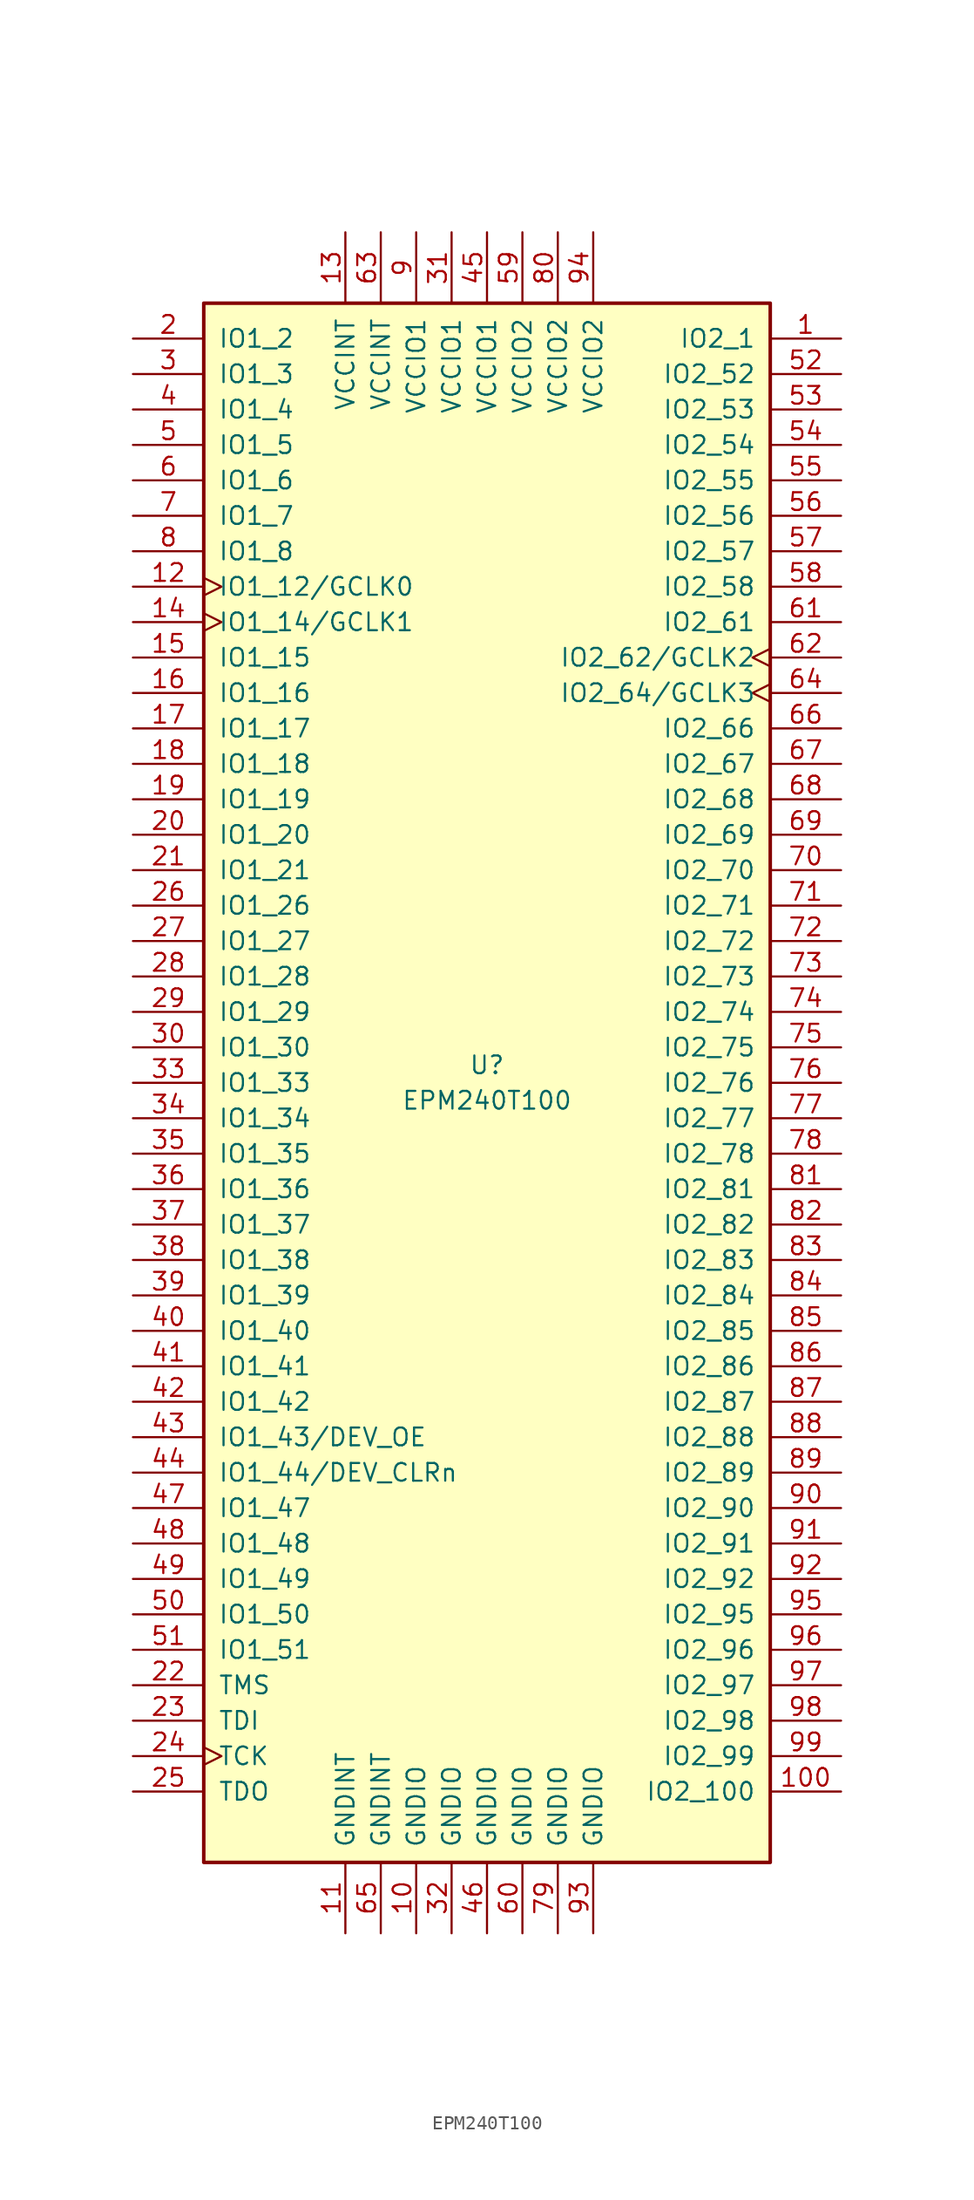
<source format=kicad_sym>
(kicad_symbol_lib
  (version 20220914)
  (generator kicad_symbol_editor)
  (symbol "EPM240T100"
    (pin_names
      (offset 1.016))
    (property "Reference" "U"
      (at 0 1.27 0)
      (effects (font (size 1.27 1.27))))
    (property "Value" "EPM240T100"
      (at 0 -1.27 0)
      (effects (font (size 1.27 1.27))))
    (symbol "EPM240T100_1_1"
      (rectangle (start -20.32 55.88) (end 20.32 -55.88) (stroke (width 0.254) (type default)) (fill (type background)))
      (pin bidirectional line (at 25.4 53.34 180) (length 5.08) (name "IO2_1" (effects (font (size 1.27 1.27)))) (number "1" (effects (font (size 1.27 1.27)))))
      (pin power_in line (at -5.08 -60.96 90) (length 5.08) (name "GNDIO" (effects (font (size 1.27 1.27)))) (number "10" (effects (font (size 1.27 1.27)))))
      (pin bidirectional line (at 25.4 -50.8 180) (length 5.08) (name "IO2_100" (effects (font (size 1.27 1.27)))) (number "100" (effects (font (size 1.27 1.27)))))
      (pin power_in line (at -10.16 -60.96 90) (length 5.08) (name "GNDINT" (effects (font (size 1.27 1.27)))) (number "11" (effects (font (size 1.27 1.27)))))
      (pin bidirectional clock (at -25.4 35.56 0) (length 5.08) (name "IO1_12/GCLK0" (effects (font (size 1.27 1.27)))) (number "12" (effects (font (size 1.27 1.27)))))
      (pin power_in line (at -10.16 60.96 270) (length 5.08) (name "VCCINT" (effects (font (size 1.27 1.27)))) (number "13" (effects (font (size 1.27 1.27)))))
      (pin bidirectional clock (at -25.4 33.02 0) (length 5.08) (name "IO1_14/GCLK1" (effects (font (size 1.27 1.27)))) (number "14" (effects (font (size 1.27 1.27)))))
      (pin bidirectional line (at -25.4 30.48 0) (length 5.08) (name "IO1_15" (effects (font (size 1.27 1.27)))) (number "15" (effects (font (size 1.27 1.27)))))
      (pin bidirectional line (at -25.4 27.94 0) (length 5.08) (name "IO1_16" (effects (font (size 1.27 1.27)))) (number "16" (effects (font (size 1.27 1.27)))))
      (pin bidirectional line (at -25.4 25.4 0) (length 5.08) (name "IO1_17" (effects (font (size 1.27 1.27)))) (number "17" (effects (font (size 1.27 1.27)))))
      (pin bidirectional line (at -25.4 22.86 0) (length 5.08) (name "IO1_18" (effects (font (size 1.27 1.27)))) (number "18" (effects (font (size 1.27 1.27)))))
      (pin bidirectional line (at -25.4 20.32 0) (length 5.08) (name "IO1_19" (effects (font (size 1.27 1.27)))) (number "19" (effects (font (size 1.27 1.27)))))
      (pin bidirectional line (at -25.4 53.34 0) (length 5.08) (name "IO1_2" (effects (font (size 1.27 1.27)))) (number "2" (effects (font (size 1.27 1.27)))))
      (pin bidirectional line (at -25.4 17.78 0) (length 5.08) (name "IO1_20" (effects (font (size 1.27 1.27)))) (number "20" (effects (font (size 1.27 1.27)))))
      (pin bidirectional line (at -25.4 15.24 0) (length 5.08) (name "IO1_21" (effects (font (size 1.27 1.27)))) (number "21" (effects (font (size 1.27 1.27)))))
      (pin input line (at -25.4 -43.18 0) (length 5.08) (name "TMS" (effects (font (size 1.27 1.27)))) (number "22" (effects (font (size 1.27 1.27)))))
      (pin input line (at -25.4 -45.72 0) (length 5.08) (name "TDI" (effects (font (size 1.27 1.27)))) (number "23" (effects (font (size 1.27 1.27)))))
      (pin input clock (at -25.4 -48.26 0) (length 5.08) (name "TCK" (effects (font (size 1.27 1.27)))) (number "24" (effects (font (size 1.27 1.27)))))
      (pin output line (at -25.4 -50.8 0) (length 5.08) (name "TDO" (effects (font (size 1.27 1.27)))) (number "25" (effects (font (size 1.27 1.27)))))
      (pin bidirectional line (at -25.4 12.7 0) (length 5.08) (name "IO1_26" (effects (font (size 1.27 1.27)))) (number "26" (effects (font (size 1.27 1.27)))))
      (pin bidirectional line (at -25.4 10.16 0) (length 5.08) (name "IO1_27" (effects (font (size 1.27 1.27)))) (number "27" (effects (font (size 1.27 1.27)))))
      (pin bidirectional line (at -25.4 7.62 0) (length 5.08) (name "IO1_28" (effects (font (size 1.27 1.27)))) (number "28" (effects (font (size 1.27 1.27)))))
      (pin bidirectional line (at -25.4 5.08 0) (length 5.08) (name "IO1_29" (effects (font (size 1.27 1.27)))) (number "29" (effects (font (size 1.27 1.27)))))
      (pin bidirectional line (at -25.4 50.8 0) (length 5.08) (name "IO1_3" (effects (font (size 1.27 1.27)))) (number "3" (effects (font (size 1.27 1.27)))))
      (pin bidirectional line (at -25.4 2.54 0) (length 5.08) (name "IO1_30" (effects (font (size 1.27 1.27)))) (number "30" (effects (font (size 1.27 1.27)))))
      (pin power_in line (at -2.54 60.96 270) (length 5.08) (name "VCCIO1" (effects (font (size 1.27 1.27)))) (number "31" (effects (font (size 1.27 1.27)))))
      (pin power_in line (at -2.54 -60.96 90) (length 5.08) (name "GNDIO" (effects (font (size 1.27 1.27)))) (number "32" (effects (font (size 1.27 1.27)))))
      (pin bidirectional line (at -25.4 0 0) (length 5.08) (name "IO1_33" (effects (font (size 1.27 1.27)))) (number "33" (effects (font (size 1.27 1.27)))))
      (pin bidirectional line (at -25.4 -2.54 0) (length 5.08) (name "IO1_34" (effects (font (size 1.27 1.27)))) (number "34" (effects (font (size 1.27 1.27)))))
      (pin bidirectional line (at -25.4 -5.08 0) (length 5.08) (name "IO1_35" (effects (font (size 1.27 1.27)))) (number "35" (effects (font (size 1.27 1.27)))))
      (pin bidirectional line (at -25.4 -7.62 0) (length 5.08) (name "IO1_36" (effects (font (size 1.27 1.27)))) (number "36" (effects (font (size 1.27 1.27)))))
      (pin bidirectional line (at -25.4 -10.16 0) (length 5.08) (name "IO1_37" (effects (font (size 1.27 1.27)))) (number "37" (effects (font (size 1.27 1.27)))))
      (pin bidirectional line (at -25.4 -12.7 0) (length 5.08) (name "IO1_38" (effects (font (size 1.27 1.27)))) (number "38" (effects (font (size 1.27 1.27)))))
      (pin bidirectional line (at -25.4 -15.24 0) (length 5.08) (name "IO1_39" (effects (font (size 1.27 1.27)))) (number "39" (effects (font (size 1.27 1.27)))))
      (pin bidirectional line (at -25.4 48.26 0) (length 5.08) (name "IO1_4" (effects (font (size 1.27 1.27)))) (number "4" (effects (font (size 1.27 1.27)))))
      (pin bidirectional line (at -25.4 -17.78 0) (length 5.08) (name "IO1_40" (effects (font (size 1.27 1.27)))) (number "40" (effects (font (size 1.27 1.27)))))
      (pin bidirectional line (at -25.4 -20.32 0) (length 5.08) (name "IO1_41" (effects (font (size 1.27 1.27)))) (number "41" (effects (font (size 1.27 1.27)))))
      (pin bidirectional line (at -25.4 -22.86 0) (length 5.08) (name "IO1_42" (effects (font (size 1.27 1.27)))) (number "42" (effects (font (size 1.27 1.27)))))
      (pin bidirectional line (at -25.4 -25.4 0) (length 5.08) (name "IO1_43/DEV_OE" (effects (font (size 1.27 1.27)))) (number "43" (effects (font (size 1.27 1.27)))))
      (pin bidirectional line (at -25.4 -27.94 0) (length 5.08) (name "IO1_44/DEV_CLRn" (effects (font (size 1.27 1.27)))) (number "44" (effects (font (size 1.27 1.27)))))
      (pin power_in line (at 0 60.96 270) (length 5.08) (name "VCCIO1" (effects (font (size 1.27 1.27)))) (number "45" (effects (font (size 1.27 1.27)))))
      (pin power_in line (at 0 -60.96 90) (length 5.08) (name "GNDIO" (effects (font (size 1.27 1.27)))) (number "46" (effects (font (size 1.27 1.27)))))
      (pin bidirectional line (at -25.4 -30.48 0) (length 5.08) (name "IO1_47" (effects (font (size 1.27 1.27)))) (number "47" (effects (font (size 1.27 1.27)))))
      (pin bidirectional line (at -25.4 -33.02 0) (length 5.08) (name "IO1_48" (effects (font (size 1.27 1.27)))) (number "48" (effects (font (size 1.27 1.27)))))
      (pin bidirectional line (at -25.4 -35.56 0) (length 5.08) (name "IO1_49" (effects (font (size 1.27 1.27)))) (number "49" (effects (font (size 1.27 1.27)))))
      (pin bidirectional line (at -25.4 45.72 0) (length 5.08) (name "IO1_5" (effects (font (size 1.27 1.27)))) (number "5" (effects (font (size 1.27 1.27)))))
      (pin bidirectional line (at -25.4 -38.1 0) (length 5.08) (name "IO1_50" (effects (font (size 1.27 1.27)))) (number "50" (effects (font (size 1.27 1.27)))))
      (pin bidirectional line (at -25.4 -40.64 0) (length 5.08) (name "IO1_51" (effects (font (size 1.27 1.27)))) (number "51" (effects (font (size 1.27 1.27)))))
      (pin bidirectional line (at 25.4 50.8 180) (length 5.08) (name "IO2_52" (effects (font (size 1.27 1.27)))) (number "52" (effects (font (size 1.27 1.27)))))
      (pin bidirectional line (at 25.4 48.26 180) (length 5.08) (name "IO2_53" (effects (font (size 1.27 1.27)))) (number "53" (effects (font (size 1.27 1.27)))))
      (pin bidirectional line (at 25.4 45.72 180) (length 5.08) (name "IO2_54" (effects (font (size 1.27 1.27)))) (number "54" (effects (font (size 1.27 1.27)))))
      (pin bidirectional line (at 25.4 43.18 180) (length 5.08) (name "IO2_55" (effects (font (size 1.27 1.27)))) (number "55" (effects (font (size 1.27 1.27)))))
      (pin bidirectional line (at 25.4 40.64 180) (length 5.08) (name "IO2_56" (effects (font (size 1.27 1.27)))) (number "56" (effects (font (size 1.27 1.27)))))
      (pin bidirectional line (at 25.4 38.1 180) (length 5.08) (name "IO2_57" (effects (font (size 1.27 1.27)))) (number "57" (effects (font (size 1.27 1.27)))))
      (pin bidirectional line (at 25.4 35.56 180) (length 5.08) (name "IO2_58" (effects (font (size 1.27 1.27)))) (number "58" (effects (font (size 1.27 1.27)))))
      (pin power_in line (at 2.54 60.96 270) (length 5.08) (name "VCCIO2" (effects (font (size 1.27 1.27)))) (number "59" (effects (font (size 1.27 1.27)))))
      (pin bidirectional line (at -25.4 43.18 0) (length 5.08) (name "IO1_6" (effects (font (size 1.27 1.27)))) (number "6" (effects (font (size 1.27 1.27)))))
      (pin power_in line (at 2.54 -60.96 90) (length 5.08) (name "GNDIO" (effects (font (size 1.27 1.27)))) (number "60" (effects (font (size 1.27 1.27)))))
      (pin bidirectional line (at 25.4 33.02 180) (length 5.08) (name "IO2_61" (effects (font (size 1.27 1.27)))) (number "61" (effects (font (size 1.27 1.27)))))
      (pin bidirectional clock (at 25.4 30.48 180) (length 5.08) (name "IO2_62/GCLK2" (effects (font (size 1.27 1.27)))) (number "62" (effects (font (size 1.27 1.27)))))
      (pin power_in line (at -7.62 60.96 270) (length 5.08) (name "VCCINT" (effects (font (size 1.27 1.27)))) (number "63" (effects (font (size 1.27 1.27)))))
      (pin bidirectional clock (at 25.4 27.94 180) (length 5.08) (name "IO2_64/GCLK3" (effects (font (size 1.27 1.27)))) (number "64" (effects (font (size 1.27 1.27)))))
      (pin power_in line (at -7.62 -60.96 90) (length 5.08) (name "GNDINT" (effects (font (size 1.27 1.27)))) (number "65" (effects (font (size 1.27 1.27)))))
      (pin bidirectional line (at 25.4 25.4 180) (length 5.08) (name "IO2_66" (effects (font (size 1.27 1.27)))) (number "66" (effects (font (size 1.27 1.27)))))
      (pin bidirectional line (at 25.4 22.86 180) (length 5.08) (name "IO2_67" (effects (font (size 1.27 1.27)))) (number "67" (effects (font (size 1.27 1.27)))))
      (pin bidirectional line (at 25.4 20.32 180) (length 5.08) (name "IO2_68" (effects (font (size 1.27 1.27)))) (number "68" (effects (font (size 1.27 1.27)))))
      (pin bidirectional line (at 25.4 17.78 180) (length 5.08) (name "IO2_69" (effects (font (size 1.27 1.27)))) (number "69" (effects (font (size 1.27 1.27)))))
      (pin bidirectional line (at -25.4 40.64 0) (length 5.08) (name "IO1_7" (effects (font (size 1.27 1.27)))) (number "7" (effects (font (size 1.27 1.27)))))
      (pin bidirectional line (at 25.4 15.24 180) (length 5.08) (name "IO2_70" (effects (font (size 1.27 1.27)))) (number "70" (effects (font (size 1.27 1.27)))))
      (pin bidirectional line (at 25.4 12.7 180) (length 5.08) (name "IO2_71" (effects (font (size 1.27 1.27)))) (number "71" (effects (font (size 1.27 1.27)))))
      (pin bidirectional line (at 25.4 10.16 180) (length 5.08) (name "IO2_72" (effects (font (size 1.27 1.27)))) (number "72" (effects (font (size 1.27 1.27)))))
      (pin bidirectional line (at 25.4 7.62 180) (length 5.08) (name "IO2_73" (effects (font (size 1.27 1.27)))) (number "73" (effects (font (size 1.27 1.27)))))
      (pin bidirectional line (at 25.4 5.08 180) (length 5.08) (name "IO2_74" (effects (font (size 1.27 1.27)))) (number "74" (effects (font (size 1.27 1.27)))))
      (pin bidirectional line (at 25.4 2.54 180) (length 5.08) (name "IO2_75" (effects (font (size 1.27 1.27)))) (number "75" (effects (font (size 1.27 1.27)))))
      (pin bidirectional line (at 25.4 0 180) (length 5.08) (name "IO2_76" (effects (font (size 1.27 1.27)))) (number "76" (effects (font (size 1.27 1.27)))))
      (pin bidirectional line (at 25.4 -2.54 180) (length 5.08) (name "IO2_77" (effects (font (size 1.27 1.27)))) (number "77" (effects (font (size 1.27 1.27)))))
      (pin bidirectional line (at 25.4 -5.08 180) (length 5.08) (name "IO2_78" (effects (font (size 1.27 1.27)))) (number "78" (effects (font (size 1.27 1.27)))))
      (pin power_in line (at 5.08 -60.96 90) (length 5.08) (name "GNDIO" (effects (font (size 1.27 1.27)))) (number "79" (effects (font (size 1.27 1.27)))))
      (pin bidirectional line (at -25.4 38.1 0) (length 5.08) (name "IO1_8" (effects (font (size 1.27 1.27)))) (number "8" (effects (font (size 1.27 1.27)))))
      (pin power_in line (at 5.08 60.96 270) (length 5.08) (name "VCCIO2" (effects (font (size 1.27 1.27)))) (number "80" (effects (font (size 1.27 1.27)))))
      (pin bidirectional line (at 25.4 -7.62 180) (length 5.08) (name "IO2_81" (effects (font (size 1.27 1.27)))) (number "81" (effects (font (size 1.27 1.27)))))
      (pin bidirectional line (at 25.4 -10.16 180) (length 5.08) (name "IO2_82" (effects (font (size 1.27 1.27)))) (number "82" (effects (font (size 1.27 1.27)))))
      (pin bidirectional line (at 25.4 -12.7 180) (length 5.08) (name "IO2_83" (effects (font (size 1.27 1.27)))) (number "83" (effects (font (size 1.27 1.27)))))
      (pin bidirectional line (at 25.4 -15.24 180) (length 5.08) (name "IO2_84" (effects (font (size 1.27 1.27)))) (number "84" (effects (font (size 1.27 1.27)))))
      (pin bidirectional line (at 25.4 -17.78 180) (length 5.08) (name "IO2_85" (effects (font (size 1.27 1.27)))) (number "85" (effects (font (size 1.27 1.27)))))
      (pin bidirectional line (at 25.4 -20.32 180) (length 5.08) (name "IO2_86" (effects (font (size 1.27 1.27)))) (number "86" (effects (font (size 1.27 1.27)))))
      (pin bidirectional line (at 25.4 -22.86 180) (length 5.08) (name "IO2_87" (effects (font (size 1.27 1.27)))) (number "87" (effects (font (size 1.27 1.27)))))
      (pin bidirectional line (at 25.4 -25.4 180) (length 5.08) (name "IO2_88" (effects (font (size 1.27 1.27)))) (number "88" (effects (font (size 1.27 1.27)))))
      (pin bidirectional line (at 25.4 -27.94 180) (length 5.08) (name "IO2_89" (effects (font (size 1.27 1.27)))) (number "89" (effects (font (size 1.27 1.27)))))
      (pin power_in line (at -5.08 60.96 270) (length 5.08) (name "VCCIO1" (effects (font (size 1.27 1.27)))) (number "9" (effects (font (size 1.27 1.27)))))
      (pin bidirectional line (at 25.4 -30.48 180) (length 5.08) (name "IO2_90" (effects (font (size 1.27 1.27)))) (number "90" (effects (font (size 1.27 1.27)))))
      (pin bidirectional line (at 25.4 -33.02 180) (length 5.08) (name "IO2_91" (effects (font (size 1.27 1.27)))) (number "91" (effects (font (size 1.27 1.27)))))
      (pin bidirectional line (at 25.4 -35.56 180) (length 5.08) (name "IO2_92" (effects (font (size 1.27 1.27)))) (number "92" (effects (font (size 1.27 1.27)))))
      (pin power_in line (at 7.62 -60.96 90) (length 5.08) (name "GNDIO" (effects (font (size 1.27 1.27)))) (number "93" (effects (font (size 1.27 1.27)))))
      (pin power_in line (at 7.62 60.96 270) (length 5.08) (name "VCCIO2" (effects (font (size 1.27 1.27)))) (number "94" (effects (font (size 1.27 1.27)))))
      (pin bidirectional line (at 25.4 -38.1 180) (length 5.08) (name "IO2_95" (effects (font (size 1.27 1.27)))) (number "95" (effects (font (size 1.27 1.27)))))
      (pin bidirectional line (at 25.4 -40.64 180) (length 5.08) (name "IO2_96" (effects (font (size 1.27 1.27)))) (number "96" (effects (font (size 1.27 1.27)))))
      (pin bidirectional line (at 25.4 -43.18 180) (length 5.08) (name "IO2_97" (effects (font (size 1.27 1.27)))) (number "97" (effects (font (size 1.27 1.27)))))
      (pin bidirectional line (at 25.4 -45.72 180) (length 5.08) (name "IO2_98" (effects (font (size 1.27 1.27)))) (number "98" (effects (font (size 1.27 1.27)))))
      (pin bidirectional line (at 25.4 -48.26 180) (length 5.08) (name "IO2_99" (effects (font (size 1.27 1.27)))) (number "99" (effects (font (size 1.27 1.27))))))))
</source>
